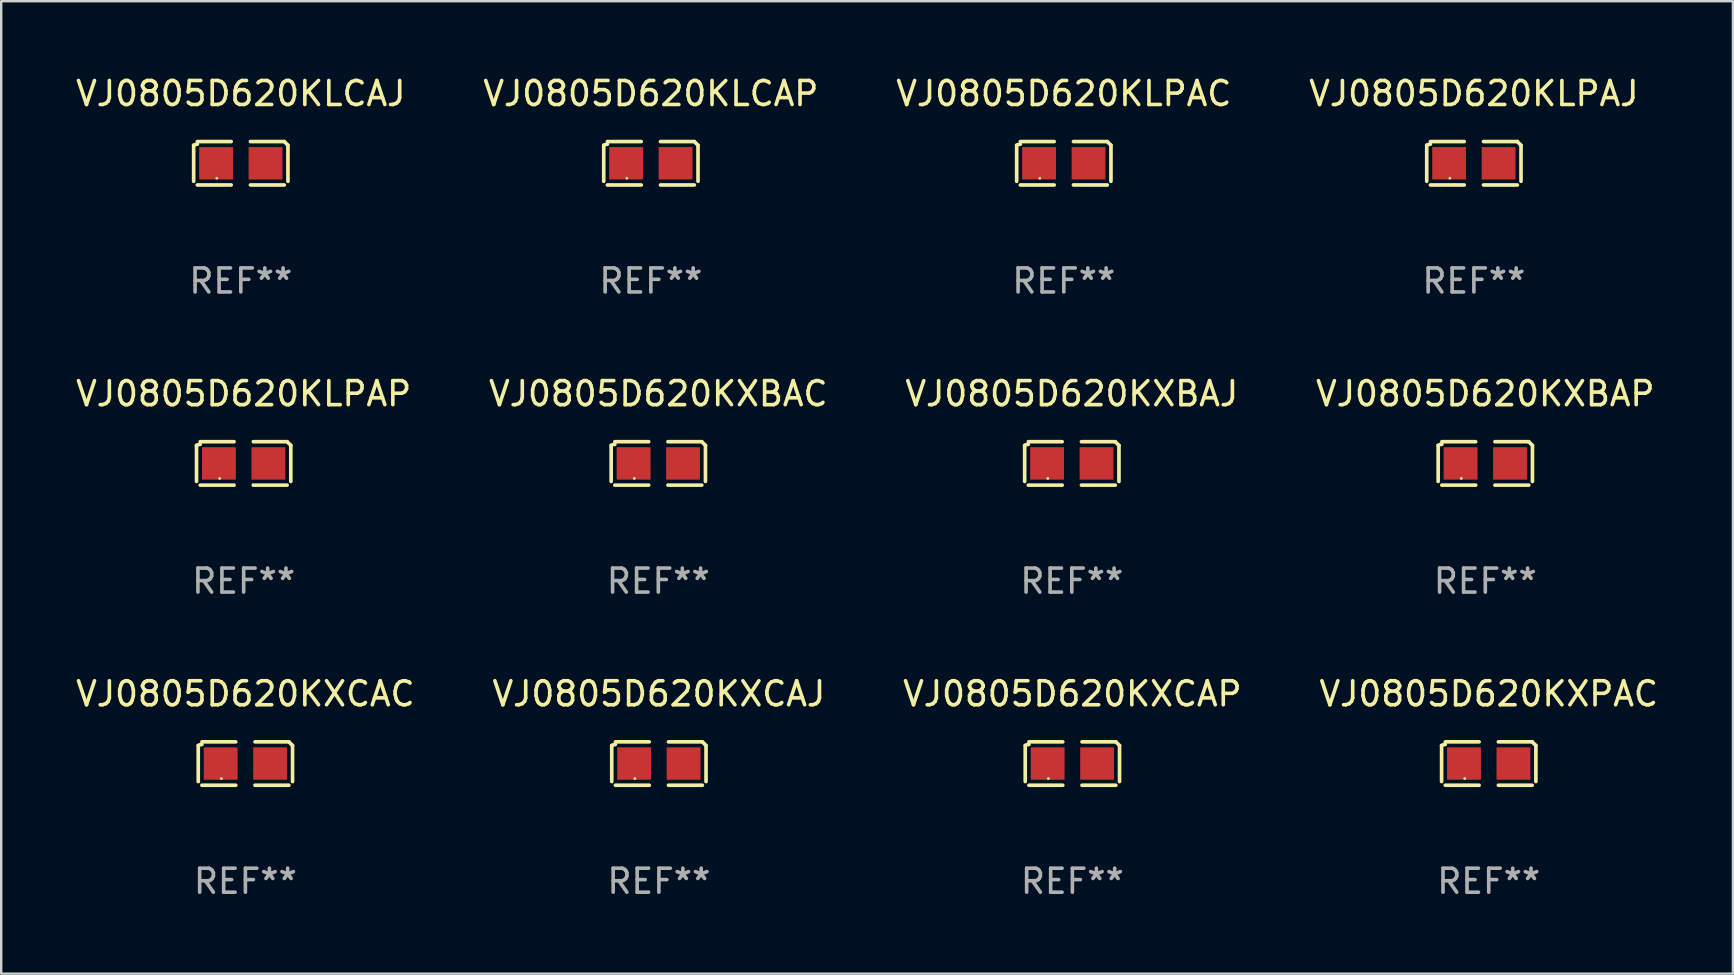
<source format=kicad_pcb>
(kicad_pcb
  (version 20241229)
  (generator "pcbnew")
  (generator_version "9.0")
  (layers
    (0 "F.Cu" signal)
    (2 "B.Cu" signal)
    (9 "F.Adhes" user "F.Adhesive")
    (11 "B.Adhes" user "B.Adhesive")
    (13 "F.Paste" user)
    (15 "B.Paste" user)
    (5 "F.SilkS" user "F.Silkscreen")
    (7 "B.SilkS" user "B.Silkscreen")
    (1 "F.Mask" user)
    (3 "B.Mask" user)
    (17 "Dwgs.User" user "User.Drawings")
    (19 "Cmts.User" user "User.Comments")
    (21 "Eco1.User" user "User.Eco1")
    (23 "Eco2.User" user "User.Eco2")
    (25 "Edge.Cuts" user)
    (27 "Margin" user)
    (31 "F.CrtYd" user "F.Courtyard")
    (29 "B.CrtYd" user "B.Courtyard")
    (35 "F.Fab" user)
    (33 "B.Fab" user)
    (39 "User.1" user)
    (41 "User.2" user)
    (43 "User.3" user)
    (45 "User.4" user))
  (footprint "VJ0805D620KXPAC"
    (layer "F.Cu")
    (at 58.97 28.759)
    (property "Reference" "VJ0805D620KXPAC" (at 0 -2.904 0) (layer "F.SilkS") (effects (font (size 1 1) (thickness 0.15))))
    (attr through_hole)
    (fp_line (start -1.964 0.751) (end -1.964 -0.751) (stroke (width 0.152) (type solid)) (layer "F.SilkS"))
    (fp_line (start -1.811 -0.904) (end -0.401 -0.904) (stroke (width 0.152) (type solid)) (layer "F.SilkS"))
    (fp_line (start -0.401 0.904) (end -1.811 0.904) (stroke (width 0.152) (type solid)) (layer "F.SilkS"))
    (fp_line (start 0.401 0.904) (end 1.811 0.904) (stroke (width 0.152) (type solid)) (layer "F.SilkS"))
    (fp_line (start 1.811 -0.904) (end 0.401 -0.904) (stroke (width 0.152) (type solid)) (layer "F.SilkS"))
    (fp_line (start 1.964 0.751) (end 1.964 -0.751) (stroke (width 0.152) (type solid)) (layer "F.SilkS"))
    (fp_arc (start -1.963602 -0.751207) (mid -1.890354 -0.783131) (end -1.811201 -0.794044) (stroke (width 0.1524) (type solid)) (layer "F.SilkS"))
    (fp_arc (start 1.811202 -0.903607) (mid 1.887413 -0.827418) (end 1.963602 -0.751207) (stroke (width 0.1524) (type solid)) (layer "F.SilkS"))
    (fp_circle (center -1 0.625) (end -0.97 0.625) (stroke (width 0.06) (type solid)) (fill no) (layer "F.SilkS"))
    (fp_text user "REF**" (at 0 4.904 0) (layer "F.Fab") (effects (font (size 1 1) (thickness 0.15))))
    (pad "1" smd rect (at -1.03 0) (size 1.41 1.35) (layers "F.Cu" "F.Mask" "F.Paste"))
    (pad "2" smd rect (at 1.03 0) (size 1.41 1.35) (layers "F.Cu" "F.Mask" "F.Paste")))
  (footprint "VJ0805D620KXBAJ"
    (layer "F.Cu")
    (at 41.601 16.256)
    (property "Reference" "VJ0805D620KXBAJ" (at 0 -2.904 0) (layer "F.SilkS") (effects (font (size 1 1) (thickness 0.15))))
    (attr through_hole)
    (fp_line (start -1.964 0.751) (end -1.964 -0.751) (stroke (width 0.152) (type solid)) (layer "F.SilkS"))
    (fp_line (start -1.811 -0.904) (end -0.401 -0.904) (stroke (width 0.152) (type solid)) (layer "F.SilkS"))
    (fp_line (start -0.401 0.904) (end -1.811 0.904) (stroke (width 0.152) (type solid)) (layer "F.SilkS"))
    (fp_line (start 0.401 0.904) (end 1.811 0.904) (stroke (width 0.152) (type solid)) (layer "F.SilkS"))
    (fp_line (start 1.811 -0.904) (end 0.401 -0.904) (stroke (width 0.152) (type solid)) (layer "F.SilkS"))
    (fp_line (start 1.964 0.751) (end 1.964 -0.751) (stroke (width 0.152) (type solid)) (layer "F.SilkS"))
    (fp_arc (start -1.963602 -0.751207) (mid -1.890354 -0.783131) (end -1.811201 -0.794044) (stroke (width 0.1524) (type solid)) (layer "F.SilkS"))
    (fp_arc (start 1.811202 -0.903607) (mid 1.887413 -0.827418) (end 1.963602 -0.751207) (stroke (width 0.1524) (type solid)) (layer "F.SilkS"))
    (fp_circle (center -1 0.625) (end -0.97 0.625) (stroke (width 0.06) (type solid)) (fill no) (layer "F.SilkS"))
    (fp_text user "REF**" (at 0 4.904 0) (layer "F.Fab") (effects (font (size 1 1) (thickness 0.15))))
    (pad "1" smd rect (at -1.03 0) (size 1.41 1.35) (layers "F.Cu" "F.Mask" "F.Paste"))
    (pad "2" smd rect (at 1.03 0) (size 1.41 1.35) (layers "F.Cu" "F.Mask" "F.Paste")))
  (footprint "VJ0805D620KLPAC"
    (layer "F.Cu")
    (at 41.268 3.752)
    (property "Reference" "VJ0805D620KLPAC" (at 0 -2.904 0) (layer "F.SilkS") (effects (font (size 1 1) (thickness 0.15))))
    (attr through_hole)
    (fp_line (start -1.964 0.751) (end -1.964 -0.751) (stroke (width 0.152) (type solid)) (layer "F.SilkS"))
    (fp_line (start -1.811 -0.904) (end -0.401 -0.904) (stroke (width 0.152) (type solid)) (layer "F.SilkS"))
    (fp_line (start -0.401 0.904) (end -1.811 0.904) (stroke (width 0.152) (type solid)) (layer "F.SilkS"))
    (fp_line (start 0.401 0.904) (end 1.811 0.904) (stroke (width 0.152) (type solid)) (layer "F.SilkS"))
    (fp_line (start 1.811 -0.904) (end 0.401 -0.904) (stroke (width 0.152) (type solid)) (layer "F.SilkS"))
    (fp_line (start 1.964 0.751) (end 1.964 -0.751) (stroke (width 0.152) (type solid)) (layer "F.SilkS"))
    (fp_arc (start -1.963602 -0.751207) (mid -1.890354 -0.783131) (end -1.811201 -0.794044) (stroke (width 0.1524) (type solid)) (layer "F.SilkS"))
    (fp_arc (start 1.811202 -0.903607) (mid 1.887413 -0.827418) (end 1.963602 -0.751207) (stroke (width 0.1524) (type solid)) (layer "F.SilkS"))
    (fp_circle (center -1 0.625) (end -0.97 0.625) (stroke (width 0.06) (type solid)) (fill no) (layer "F.SilkS"))
    (fp_text user "REF**" (at 0 4.904 0) (layer "F.Fab") (effects (font (size 1 1) (thickness 0.15))))
    (pad "1" smd rect (at -1.03 0) (size 1.41 1.35) (layers "F.Cu" "F.Mask" "F.Paste"))
    (pad "2" smd rect (at 1.03 0) (size 1.41 1.35) (layers "F.Cu" "F.Mask" "F.Paste")))
  (footprint "VJ0805D620KLCAP"
    (layer "F.Cu")
    (at 24.065 3.752)
    (property "Reference" "VJ0805D620KLCAP" (at 0 -2.904 0) (layer "F.SilkS") (effects (font (size 1 1) (thickness 0.15))))
    (attr through_hole)
    (fp_line (start -1.964 0.751) (end -1.964 -0.751) (stroke (width 0.152) (type solid)) (layer "F.SilkS"))
    (fp_line (start -1.811 -0.904) (end -0.401 -0.904) (stroke (width 0.152) (type solid)) (layer "F.SilkS"))
    (fp_line (start -0.401 0.904) (end -1.811 0.904) (stroke (width 0.152) (type solid)) (layer "F.SilkS"))
    (fp_line (start 0.401 0.904) (end 1.811 0.904) (stroke (width 0.152) (type solid)) (layer "F.SilkS"))
    (fp_line (start 1.811 -0.904) (end 0.401 -0.904) (stroke (width 0.152) (type solid)) (layer "F.SilkS"))
    (fp_line (start 1.964 0.751) (end 1.964 -0.751) (stroke (width 0.152) (type solid)) (layer "F.SilkS"))
    (fp_arc (start -1.963602 -0.751207) (mid -1.890354 -0.783131) (end -1.811201 -0.794044) (stroke (width 0.1524) (type solid)) (layer "F.SilkS"))
    (fp_arc (start 1.811202 -0.903607) (mid 1.887413 -0.827418) (end 1.963602 -0.751207) (stroke (width 0.1524) (type solid)) (layer "F.SilkS"))
    (fp_circle (center -1 0.625) (end -0.97 0.625) (stroke (width 0.06) (type solid)) (fill no) (layer "F.SilkS"))
    (fp_text user "REF**" (at 0 4.904 0) (layer "F.Fab") (effects (font (size 1 1) (thickness 0.15))))
    (pad "1" smd rect (at -1.03 0) (size 1.41 1.35) (layers "F.Cu" "F.Mask" "F.Paste"))
    (pad "2" smd rect (at 1.03 0) (size 1.41 1.35) (layers "F.Cu" "F.Mask" "F.Paste")))
  (footprint "VJ0805D620KXBAC"
    (layer "F.Cu")
    (at 24.375 16.256)
    (property "Reference" "VJ0805D620KXBAC" (at 0 -2.904 0) (layer "F.SilkS") (effects (font (size 1 1) (thickness 0.15))))
    (attr through_hole)
    (fp_line (start -1.964 0.751) (end -1.964 -0.751) (stroke (width 0.152) (type solid)) (layer "F.SilkS"))
    (fp_line (start -1.811 -0.904) (end -0.401 -0.904) (stroke (width 0.152) (type solid)) (layer "F.SilkS"))
    (fp_line (start -0.401 0.904) (end -1.811 0.904) (stroke (width 0.152) (type solid)) (layer "F.SilkS"))
    (fp_line (start 0.401 0.904) (end 1.811 0.904) (stroke (width 0.152) (type solid)) (layer "F.SilkS"))
    (fp_line (start 1.811 -0.904) (end 0.401 -0.904) (stroke (width 0.152) (type solid)) (layer "F.SilkS"))
    (fp_line (start 1.964 0.751) (end 1.964 -0.751) (stroke (width 0.152) (type solid)) (layer "F.SilkS"))
    (fp_arc (start -1.963602 -0.751207) (mid -1.890354 -0.783131) (end -1.811201 -0.794044) (stroke (width 0.1524) (type solid)) (layer "F.SilkS"))
    (fp_arc (start 1.811202 -0.903607) (mid 1.887413 -0.827418) (end 1.963602 -0.751207) (stroke (width 0.1524) (type solid)) (layer "F.SilkS"))
    (fp_circle (center -1 0.625) (end -0.97 0.625) (stroke (width 0.06) (type solid)) (fill no) (layer "F.SilkS"))
    (fp_text user "REF**" (at 0 4.904 0) (layer "F.Fab") (effects (font (size 1 1) (thickness 0.15))))
    (pad "1" smd rect (at -1.03 0) (size 1.41 1.35) (layers "F.Cu" "F.Mask" "F.Paste"))
    (pad "2" smd rect (at 1.03 0) (size 1.41 1.35) (layers "F.Cu" "F.Mask" "F.Paste")))
  (footprint "VJ0805D620KXBAP"
    (layer "F.Cu")
    (at 58.827 16.256)
    (property "Reference" "VJ0805D620KXBAP" (at 0 -2.904 0) (layer "F.SilkS") (effects (font (size 1 1) (thickness 0.15))))
    (attr through_hole)
    (fp_line (start -1.964 0.751) (end -1.964 -0.751) (stroke (width 0.152) (type solid)) (layer "F.SilkS"))
    (fp_line (start -1.811 -0.904) (end -0.401 -0.904) (stroke (width 0.152) (type solid)) (layer "F.SilkS"))
    (fp_line (start -0.401 0.904) (end -1.811 0.904) (stroke (width 0.152) (type solid)) (layer "F.SilkS"))
    (fp_line (start 0.401 0.904) (end 1.811 0.904) (stroke (width 0.152) (type solid)) (layer "F.SilkS"))
    (fp_line (start 1.811 -0.904) (end 0.401 -0.904) (stroke (width 0.152) (type solid)) (layer "F.SilkS"))
    (fp_line (start 1.964 0.751) (end 1.964 -0.751) (stroke (width 0.152) (type solid)) (layer "F.SilkS"))
    (fp_arc (start -1.963602 -0.751207) (mid -1.890354 -0.783131) (end -1.811201 -0.794044) (stroke (width 0.1524) (type solid)) (layer "F.SilkS"))
    (fp_arc (start 1.811202 -0.903607) (mid 1.887413 -0.827418) (end 1.963602 -0.751207) (stroke (width 0.1524) (type solid)) (layer "F.SilkS"))
    (fp_circle (center -1 0.625) (end -0.97 0.625) (stroke (width 0.06) (type solid)) (fill no) (layer "F.SilkS"))
    (fp_text user "REF**" (at 0 4.904 0) (layer "F.Fab") (effects (font (size 1 1) (thickness 0.15))))
    (pad "1" smd rect (at -1.03 0) (size 1.41 1.35) (layers "F.Cu" "F.Mask" "F.Paste"))
    (pad "2" smd rect (at 1.03 0) (size 1.41 1.35) (layers "F.Cu" "F.Mask" "F.Paste")))
  (footprint "VJ0805D620KLCAJ"
    (layer "F.Cu")
    (at 6.982 3.752)
    (property "Reference" "VJ0805D620KLCAJ" (at 0 -2.904 0) (layer "F.SilkS") (effects (font (size 1 1) (thickness 0.15))))
    (attr through_hole)
    (fp_line (start -1.964 0.751) (end -1.964 -0.751) (stroke (width 0.152) (type solid)) (layer "F.SilkS"))
    (fp_line (start -1.811 -0.904) (end -0.401 -0.904) (stroke (width 0.152) (type solid)) (layer "F.SilkS"))
    (fp_line (start -0.401 0.904) (end -1.811 0.904) (stroke (width 0.152) (type solid)) (layer "F.SilkS"))
    (fp_line (start 0.401 0.904) (end 1.811 0.904) (stroke (width 0.152) (type solid)) (layer "F.SilkS"))
    (fp_line (start 1.811 -0.904) (end 0.401 -0.904) (stroke (width 0.152) (type solid)) (layer "F.SilkS"))
    (fp_line (start 1.964 0.751) (end 1.964 -0.751) (stroke (width 0.152) (type solid)) (layer "F.SilkS"))
    (fp_arc (start -1.963602 -0.751207) (mid -1.890354 -0.783131) (end -1.811201 -0.794044) (stroke (width 0.1524) (type solid)) (layer "F.SilkS"))
    (fp_arc (start 1.811202 -0.903607) (mid 1.887413 -0.827418) (end 1.963602 -0.751207) (stroke (width 0.1524) (type solid)) (layer "F.SilkS"))
    (fp_circle (center -1 0.625) (end -0.97 0.625) (stroke (width 0.06) (type solid)) (fill no) (layer "F.SilkS"))
    (fp_text user "REF**" (at 0 4.904 0) (layer "F.Fab") (effects (font (size 1 1) (thickness 0.15))))
    (pad "1" smd rect (at -1.03 0) (size 1.41 1.35) (layers "F.Cu" "F.Mask" "F.Paste"))
    (pad "2" smd rect (at 1.03 0) (size 1.41 1.35) (layers "F.Cu" "F.Mask" "F.Paste")))
  (footprint "VJ0805D620KXCAP"
    (layer "F.Cu")
    (at 41.625 28.759)
    (property "Reference" "VJ0805D620KXCAP" (at 0 -2.904 0) (layer "F.SilkS") (effects (font (size 1 1) (thickness 0.15))))
    (attr through_hole)
    (fp_line (start -1.964 0.751) (end -1.964 -0.751) (stroke (width 0.152) (type solid)) (layer "F.SilkS"))
    (fp_line (start -1.811 -0.904) (end -0.401 -0.904) (stroke (width 0.152) (type solid)) (layer "F.SilkS"))
    (fp_line (start -0.401 0.904) (end -1.811 0.904) (stroke (width 0.152) (type solid)) (layer "F.SilkS"))
    (fp_line (start 0.401 0.904) (end 1.811 0.904) (stroke (width 0.152) (type solid)) (layer "F.SilkS"))
    (fp_line (start 1.811 -0.904) (end 0.401 -0.904) (stroke (width 0.152) (type solid)) (layer "F.SilkS"))
    (fp_line (start 1.964 0.751) (end 1.964 -0.751) (stroke (width 0.152) (type solid)) (layer "F.SilkS"))
    (fp_arc (start -1.963602 -0.751207) (mid -1.890354 -0.783131) (end -1.811201 -0.794044) (stroke (width 0.1524) (type solid)) (layer "F.SilkS"))
    (fp_arc (start 1.811202 -0.903607) (mid 1.887413 -0.827418) (end 1.963602 -0.751207) (stroke (width 0.1524) (type solid)) (layer "F.SilkS"))
    (fp_circle (center -1 0.625) (end -0.97 0.625) (stroke (width 0.06) (type solid)) (fill no) (layer "F.SilkS"))
    (fp_text user "REF**" (at 0 4.904 0) (layer "F.Fab") (effects (font (size 1 1) (thickness 0.15))))
    (pad "1" smd rect (at -1.03 0) (size 1.41 1.35) (layers "F.Cu" "F.Mask" "F.Paste"))
    (pad "2" smd rect (at 1.03 0) (size 1.41 1.35) (layers "F.Cu" "F.Mask" "F.Paste")))
  (footprint "VJ0805D620KLPAP"
    (layer "F.Cu")
    (at 7.101 16.256)
    (property "Reference" "VJ0805D620KLPAP" (at 0 -2.904 0) (layer "F.SilkS") (effects (font (size 1 1) (thickness 0.15))))
    (attr through_hole)
    (fp_line (start -1.964 0.751) (end -1.964 -0.751) (stroke (width 0.152) (type solid)) (layer "F.SilkS"))
    (fp_line (start -1.811 -0.904) (end -0.401 -0.904) (stroke (width 0.152) (type solid)) (layer "F.SilkS"))
    (fp_line (start -0.401 0.904) (end -1.811 0.904) (stroke (width 0.152) (type solid)) (layer "F.SilkS"))
    (fp_line (start 0.401 0.904) (end 1.811 0.904) (stroke (width 0.152) (type solid)) (layer "F.SilkS"))
    (fp_line (start 1.811 -0.904) (end 0.401 -0.904) (stroke (width 0.152) (type solid)) (layer "F.SilkS"))
    (fp_line (start 1.964 0.751) (end 1.964 -0.751) (stroke (width 0.152) (type solid)) (layer "F.SilkS"))
    (fp_arc (start -1.963602 -0.751207) (mid -1.890354 -0.783131) (end -1.811201 -0.794044) (stroke (width 0.1524) (type solid)) (layer "F.SilkS"))
    (fp_arc (start 1.811202 -0.903607) (mid 1.887413 -0.827418) (end 1.963602 -0.751207) (stroke (width 0.1524) (type solid)) (layer "F.SilkS"))
    (fp_circle (center -1 0.625) (end -0.97 0.625) (stroke (width 0.06) (type solid)) (fill no) (layer "F.SilkS"))
    (fp_text user "REF**" (at 0 4.904 0) (layer "F.Fab") (effects (font (size 1 1) (thickness 0.15))))
    (pad "1" smd rect (at -1.03 0) (size 1.41 1.35) (layers "F.Cu" "F.Mask" "F.Paste"))
    (pad "2" smd rect (at 1.03 0) (size 1.41 1.35) (layers "F.Cu" "F.Mask" "F.Paste")))
  (footprint "VJ0805D620KXCAC"
    (layer "F.Cu")
    (at 7.173 28.759)
    (property "Reference" "VJ0805D620KXCAC" (at 0 -2.904 0) (layer "F.SilkS") (effects (font (size 1 1) (thickness 0.15))))
    (attr through_hole)
    (fp_line (start -1.964 0.751) (end -1.964 -0.751) (stroke (width 0.152) (type solid)) (layer "F.SilkS"))
    (fp_line (start -1.811 -0.904) (end -0.401 -0.904) (stroke (width 0.152) (type solid)) (layer "F.SilkS"))
    (fp_line (start -0.401 0.904) (end -1.811 0.904) (stroke (width 0.152) (type solid)) (layer "F.SilkS"))
    (fp_line (start 0.401 0.904) (end 1.811 0.904) (stroke (width 0.152) (type solid)) (layer "F.SilkS"))
    (fp_line (start 1.811 -0.904) (end 0.401 -0.904) (stroke (width 0.152) (type solid)) (layer "F.SilkS"))
    (fp_line (start 1.964 0.751) (end 1.964 -0.751) (stroke (width 0.152) (type solid)) (layer "F.SilkS"))
    (fp_arc (start -1.963602 -0.751207) (mid -1.890354 -0.783131) (end -1.811201 -0.794044) (stroke (width 0.1524) (type solid)) (layer "F.SilkS"))
    (fp_arc (start 1.811202 -0.903607) (mid 1.887413 -0.827418) (end 1.963602 -0.751207) (stroke (width 0.1524) (type solid)) (layer "F.SilkS"))
    (fp_circle (center -1 0.625) (end -0.97 0.625) (stroke (width 0.06) (type solid)) (fill no) (layer "F.SilkS"))
    (fp_text user "REF**" (at 0 4.904 0) (layer "F.Fab") (effects (font (size 1 1) (thickness 0.15))))
    (pad "1" smd rect (at -1.03 0) (size 1.41 1.35) (layers "F.Cu" "F.Mask" "F.Paste"))
    (pad "2" smd rect (at 1.03 0) (size 1.41 1.35) (layers "F.Cu" "F.Mask" "F.Paste")))
  (footprint "VJ0805D620KLPAJ"
    (layer "F.Cu")
    (at 58.351 3.752)
    (property "Reference" "VJ0805D620KLPAJ" (at 0 -2.904 0) (layer "F.SilkS") (effects (font (size 1 1) (thickness 0.15))))
    (attr through_hole)
    (fp_line (start -1.964 0.751) (end -1.964 -0.751) (stroke (width 0.152) (type solid)) (layer "F.SilkS"))
    (fp_line (start -1.811 -0.904) (end -0.401 -0.904) (stroke (width 0.152) (type solid)) (layer "F.SilkS"))
    (fp_line (start -0.401 0.904) (end -1.811 0.904) (stroke (width 0.152) (type solid)) (layer "F.SilkS"))
    (fp_line (start 0.401 0.904) (end 1.811 0.904) (stroke (width 0.152) (type solid)) (layer "F.SilkS"))
    (fp_line (start 1.811 -0.904) (end 0.401 -0.904) (stroke (width 0.152) (type solid)) (layer "F.SilkS"))
    (fp_line (start 1.964 0.751) (end 1.964 -0.751) (stroke (width 0.152) (type solid)) (layer "F.SilkS"))
    (fp_arc (start -1.963602 -0.751207) (mid -1.890354 -0.783131) (end -1.811201 -0.794044) (stroke (width 0.1524) (type solid)) (layer "F.SilkS"))
    (fp_arc (start 1.811202 -0.903607) (mid 1.887413 -0.827418) (end 1.963602 -0.751207) (stroke (width 0.1524) (type solid)) (layer "F.SilkS"))
    (fp_circle (center -1 0.625) (end -0.97 0.625) (stroke (width 0.06) (type solid)) (fill no) (layer "F.SilkS"))
    (fp_text user "REF**" (at 0 4.904 0) (layer "F.Fab") (effects (font (size 1 1) (thickness 0.15))))
    (pad "1" smd rect (at -1.03 0) (size 1.41 1.35) (layers "F.Cu" "F.Mask" "F.Paste"))
    (pad "2" smd rect (at 1.03 0) (size 1.41 1.35) (layers "F.Cu" "F.Mask" "F.Paste")))
  (footprint "VJ0805D620KXCAJ"
    (layer "F.Cu")
    (at 24.399 28.759)
    (property "Reference" "VJ0805D620KXCAJ" (at 0 -2.904 0) (layer "F.SilkS") (effects (font (size 1 1) (thickness 0.15))))
    (attr through_hole)
    (fp_line (start -1.964 0.751) (end -1.964 -0.751) (stroke (width 0.152) (type solid)) (layer "F.SilkS"))
    (fp_line (start -1.811 -0.904) (end -0.401 -0.904) (stroke (width 0.152) (type solid)) (layer "F.SilkS"))
    (fp_line (start -0.401 0.904) (end -1.811 0.904) (stroke (width 0.152) (type solid)) (layer "F.SilkS"))
    (fp_line (start 0.401 0.904) (end 1.811 0.904) (stroke (width 0.152) (type solid)) (layer "F.SilkS"))
    (fp_line (start 1.811 -0.904) (end 0.401 -0.904) (stroke (width 0.152) (type solid)) (layer "F.SilkS"))
    (fp_line (start 1.964 0.751) (end 1.964 -0.751) (stroke (width 0.152) (type solid)) (layer "F.SilkS"))
    (fp_arc (start -1.963602 -0.751207) (mid -1.890354 -0.783131) (end -1.811201 -0.794044) (stroke (width 0.1524) (type solid)) (layer "F.SilkS"))
    (fp_arc (start 1.811202 -0.903607) (mid 1.887413 -0.827418) (end 1.963602 -0.751207) (stroke (width 0.1524) (type solid)) (layer "F.SilkS"))
    (fp_circle (center -1 0.625) (end -0.97 0.625) (stroke (width 0.06) (type solid)) (fill no) (layer "F.SilkS"))
    (fp_text user "REF**" (at 0 4.904 0) (layer "F.Fab") (effects (font (size 1 1) (thickness 0.15))))
    (pad "1" smd rect (at -1.03 0) (size 1.41 1.35) (layers "F.Cu" "F.Mask" "F.Paste"))
    (pad "2" smd rect (at 1.03 0) (size 1.41 1.35) (layers "F.Cu" "F.Mask" "F.Paste")))
  (gr_rect
    (start -3 -3)
    (end 69.143 37.511)
    (stroke (width 0.1) (type default))
    (fill no)
    (layer "Edge.Cuts")))
</source>
